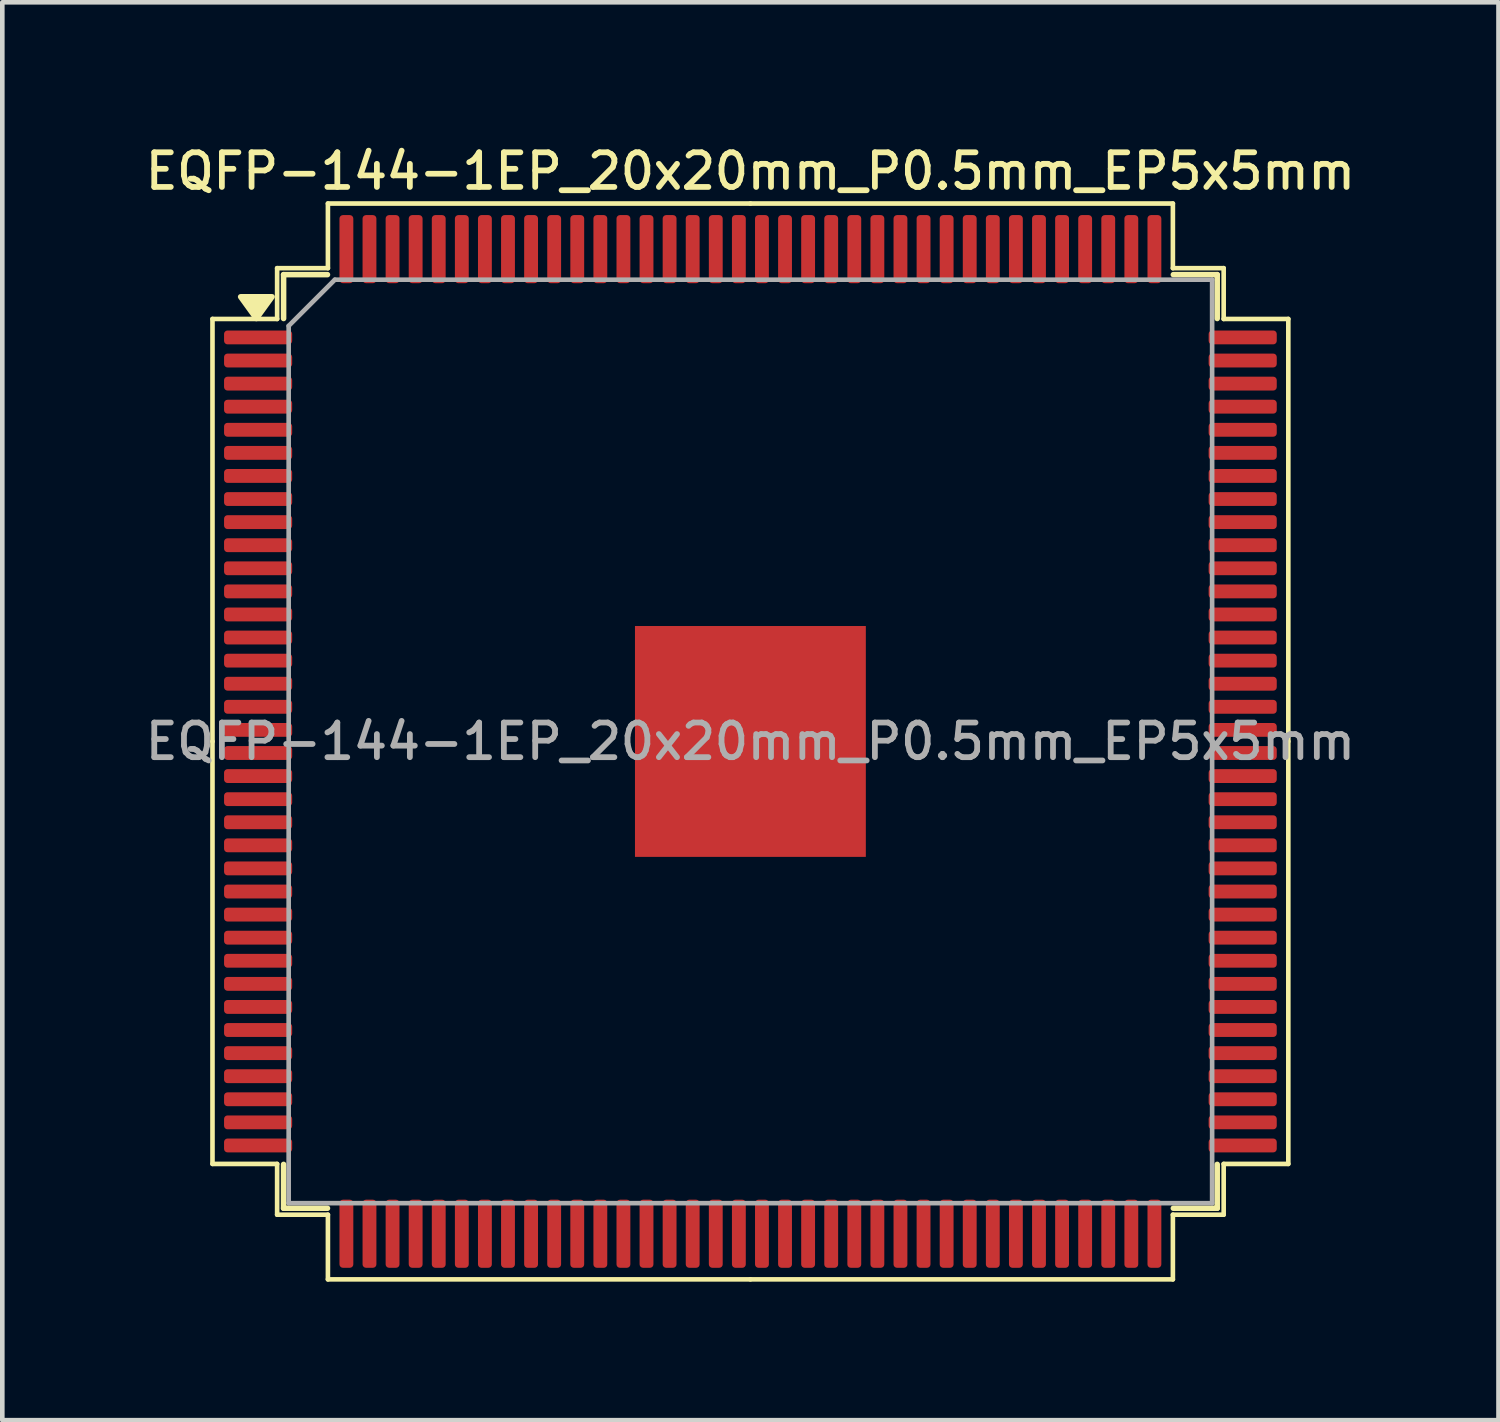
<source format=kicad_pcb>
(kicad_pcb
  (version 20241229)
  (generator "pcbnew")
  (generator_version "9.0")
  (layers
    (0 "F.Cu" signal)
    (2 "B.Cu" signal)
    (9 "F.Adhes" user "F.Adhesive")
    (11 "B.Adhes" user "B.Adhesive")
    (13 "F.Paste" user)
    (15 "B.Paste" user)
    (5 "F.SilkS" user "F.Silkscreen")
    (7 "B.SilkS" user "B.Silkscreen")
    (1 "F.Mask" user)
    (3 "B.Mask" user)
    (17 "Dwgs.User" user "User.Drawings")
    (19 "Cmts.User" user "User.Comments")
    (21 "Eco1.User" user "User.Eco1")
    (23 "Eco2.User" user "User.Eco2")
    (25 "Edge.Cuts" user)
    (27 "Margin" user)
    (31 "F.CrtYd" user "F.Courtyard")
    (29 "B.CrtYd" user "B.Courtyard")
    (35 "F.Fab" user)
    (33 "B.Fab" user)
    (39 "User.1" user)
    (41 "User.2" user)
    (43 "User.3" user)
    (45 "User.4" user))
  (footprint "EQFP-144-1EP_20x20mm_P0.5mm_EP5x5mm"
    (layer "F.Cu")
    (at 13.202 13.008)
    (property "Reference" "EQFP-144-1EP_20x20mm_P0.5mm_EP5x5mm" (at 0 -12.35 0) (layer "F.SilkS") (effects (font (size 0.75 0.75) (thickness 0.125))))
    (attr smd)
    (fp_line (start -11.65 -9.15) (end -11.65 0) (stroke (width 0.1) (type solid)) (layer "F.SilkS"))
    (fp_line (start -11.65 9.15) (end -11.65 0) (stroke (width 0.1) (type solid)) (layer "F.SilkS"))
    (fp_line (start -10.25 -10.25) (end -10.25 -9.15) (stroke (width 0.1) (type solid)) (layer "F.SilkS"))
    (fp_line (start -10.25 -9.15) (end -11.65 -9.15) (stroke (width 0.1) (type solid)) (layer "F.SilkS"))
    (fp_line (start -10.25 9.15) (end -11.65 9.15) (stroke (width 0.1) (type solid)) (layer "F.SilkS"))
    (fp_line (start -10.25 10.25) (end -10.25 9.15) (stroke (width 0.1) (type solid)) (layer "F.SilkS"))
    (fp_line (start -10.11 -10.11) (end -10.11 -9.16) (stroke (width 0.12) (type solid)) (layer "F.SilkS"))
    (fp_line (start -10.11 10.11) (end -10.11 9.16) (stroke (width 0.12) (type solid)) (layer "F.SilkS"))
    (fp_line (start -9.16 -10.11) (end -10.11 -10.11) (stroke (width 0.12) (type solid)) (layer "F.SilkS"))
    (fp_line (start -9.16 10.11) (end -10.11 10.11) (stroke (width 0.12) (type solid)) (layer "F.SilkS"))
    (fp_line (start -9.15 -11.65) (end -9.15 -10.25) (stroke (width 0.1) (type solid)) (layer "F.SilkS"))
    (fp_line (start -9.15 -10.25) (end -10.25 -10.25) (stroke (width 0.1) (type solid)) (layer "F.SilkS"))
    (fp_line (start -9.15 10.25) (end -10.25 10.25) (stroke (width 0.1) (type solid)) (layer "F.SilkS"))
    (fp_line (start -9.15 11.65) (end -9.15 10.25) (stroke (width 0.1) (type solid)) (layer "F.SilkS"))
    (fp_line (start 0 -11.65) (end -9.15 -11.65) (stroke (width 0.1) (type solid)) (layer "F.SilkS"))
    (fp_line (start 0 -11.65) (end 9.15 -11.65) (stroke (width 0.1) (type solid)) (layer "F.SilkS"))
    (fp_line (start 0 11.65) (end -9.15 11.65) (stroke (width 0.1) (type solid)) (layer "F.SilkS"))
    (fp_line (start 0 11.65) (end 9.15 11.65) (stroke (width 0.1) (type solid)) (layer "F.SilkS"))
    (fp_line (start 9.15 -11.65) (end 9.15 -10.25) (stroke (width 0.1) (type solid)) (layer "F.SilkS"))
    (fp_line (start 9.15 -10.25) (end 10.25 -10.25) (stroke (width 0.1) (type solid)) (layer "F.SilkS"))
    (fp_line (start 9.15 10.25) (end 10.25 10.25) (stroke (width 0.1) (type solid)) (layer "F.SilkS"))
    (fp_line (start 9.15 11.65) (end 9.15 10.25) (stroke (width 0.1) (type solid)) (layer "F.SilkS"))
    (fp_line (start 9.16 -10.11) (end 10.11 -10.11) (stroke (width 0.12) (type solid)) (layer "F.SilkS"))
    (fp_line (start 9.16 10.11) (end 10.11 10.11) (stroke (width 0.12) (type solid)) (layer "F.SilkS"))
    (fp_line (start 10.11 -10.11) (end 10.11 -9.16) (stroke (width 0.12) (type solid)) (layer "F.SilkS"))
    (fp_line (start 10.11 10.11) (end 10.11 9.16) (stroke (width 0.12) (type solid)) (layer "F.SilkS"))
    (fp_line (start 10.25 -10.25) (end 10.25 -9.15) (stroke (width 0.1) (type solid)) (layer "F.SilkS"))
    (fp_line (start 10.25 -9.15) (end 11.65 -9.15) (stroke (width 0.1) (type solid)) (layer "F.SilkS"))
    (fp_line (start 10.25 9.15) (end 11.65 9.15) (stroke (width 0.1) (type solid)) (layer "F.SilkS"))
    (fp_line (start 10.25 10.25) (end 10.25 9.15) (stroke (width 0.1) (type solid)) (layer "F.SilkS"))
    (fp_line (start 11.65 -9.15) (end 11.65 0) (stroke (width 0.1) (type solid)) (layer "F.SilkS"))
    (fp_line (start 11.65 9.15) (end 11.65 0) (stroke (width 0.1) (type solid)) (layer "F.SilkS"))
    (fp_poly (pts (xy -10.7 -9.16) (xy -11.04 -9.63) (xy -10.36 -9.63) (xy -10.7 -9.16)) (stroke (width 0.12) (type solid)) (fill yes) (layer "F.SilkS"))
    (fp_line (start -10 -9) (end -9 -10) (stroke (width 0.1) (type solid)) (layer "F.Fab"))
    (fp_line (start -10 10) (end -10 -9) (stroke (width 0.1) (type solid)) (layer "F.Fab"))
    (fp_line (start -9 -10) (end 10 -10) (stroke (width 0.1) (type solid)) (layer "F.Fab"))
    (fp_line (start 10 -10) (end 10 10) (stroke (width 0.1) (type solid)) (layer "F.Fab"))
    (fp_line (start 10 10) (end -10 10) (stroke (width 0.1) (type solid)) (layer "F.Fab"))
    (fp_text user "${REFERENCE}" (at 0 0 0) (layer "F.Fab") (effects (font (size 0.75 0.75) (thickness 0.125))))
    (pad "" smd roundrect (at -1.875 -1.875) (size 1.01 1.01) (layers "F.Paste") (roundrect_rratio 0.248))
    (pad "" smd roundrect (at -1.875 -0.625) (size 1.01 1.01) (layers "F.Paste") (roundrect_rratio 0.248))
    (pad "" smd roundrect (at -1.875 0.625) (size 1.01 1.01) (layers "F.Paste") (roundrect_rratio 0.248))
    (pad "" smd roundrect (at -1.875 1.875) (size 1.01 1.01) (layers "F.Paste") (roundrect_rratio 0.248))
    (pad "" smd roundrect (at -0.625 -1.875) (size 1.01 1.01) (layers "F.Paste") (roundrect_rratio 0.248))
    (pad "" smd roundrect (at -0.625 -0.625) (size 1.01 1.01) (layers "F.Paste") (roundrect_rratio 0.248))
    (pad "" smd roundrect (at -0.625 0.625) (size 1.01 1.01) (layers "F.Paste") (roundrect_rratio 0.248))
    (pad "" smd roundrect (at -0.625 1.875) (size 1.01 1.01) (layers "F.Paste") (roundrect_rratio 0.248))
    (pad "" smd roundrect (at 0.625 -1.875) (size 1.01 1.01) (layers "F.Paste") (roundrect_rratio 0.248))
    (pad "" smd roundrect (at 0.625 -0.625) (size 1.01 1.01) (layers "F.Paste") (roundrect_rratio 0.248))
    (pad "" smd roundrect (at 0.625 0.625) (size 1.01 1.01) (layers "F.Paste") (roundrect_rratio 0.248))
    (pad "" smd roundrect (at 0.625 1.875) (size 1.01 1.01) (layers "F.Paste") (roundrect_rratio 0.248))
    (pad "" smd roundrect (at 1.875 -1.875) (size 1.01 1.01) (layers "F.Paste") (roundrect_rratio 0.248))
    (pad "" smd roundrect (at 1.875 -0.625) (size 1.01 1.01) (layers "F.Paste") (roundrect_rratio 0.248))
    (pad "" smd roundrect (at 1.875 0.625) (size 1.01 1.01) (layers "F.Paste") (roundrect_rratio 0.248))
    (pad "" smd roundrect (at 1.875 1.875) (size 1.01 1.01) (layers "F.Paste") (roundrect_rratio 0.248))
    (pad "1" smd roundrect (at -10.662 -8.75) (size 1.475 0.3) (layers "F.Cu" "F.Mask" "F.Paste") (roundrect_rratio 0.25))
    (pad "2" smd roundrect (at -10.662 -8.25) (size 1.475 0.3) (layers "F.Cu" "F.Mask" "F.Paste") (roundrect_rratio 0.25))
    (pad "3" smd roundrect (at -10.662 -7.75) (size 1.475 0.3) (layers "F.Cu" "F.Mask" "F.Paste") (roundrect_rratio 0.25))
    (pad "4" smd roundrect (at -10.662 -7.25) (size 1.475 0.3) (layers "F.Cu" "F.Mask" "F.Paste") (roundrect_rratio 0.25))
    (pad "5" smd roundrect (at -10.662 -6.75) (size 1.475 0.3) (layers "F.Cu" "F.Mask" "F.Paste") (roundrect_rratio 0.25))
    (pad "6" smd roundrect (at -10.662 -6.25) (size 1.475 0.3) (layers "F.Cu" "F.Mask" "F.Paste") (roundrect_rratio 0.25))
    (pad "7" smd roundrect (at -10.662 -5.75) (size 1.475 0.3) (layers "F.Cu" "F.Mask" "F.Paste") (roundrect_rratio 0.25))
    (pad "8" smd roundrect (at -10.662 -5.25) (size 1.475 0.3) (layers "F.Cu" "F.Mask" "F.Paste") (roundrect_rratio 0.25))
    (pad "9" smd roundrect (at -10.662 -4.75) (size 1.475 0.3) (layers "F.Cu" "F.Mask" "F.Paste") (roundrect_rratio 0.25))
    (pad "10" smd roundrect (at -10.662 -4.25) (size 1.475 0.3) (layers "F.Cu" "F.Mask" "F.Paste") (roundrect_rratio 0.25))
    (pad "11" smd roundrect (at -10.662 -3.75) (size 1.475 0.3) (layers "F.Cu" "F.Mask" "F.Paste") (roundrect_rratio 0.25))
    (pad "12" smd roundrect (at -10.662 -3.25) (size 1.475 0.3) (layers "F.Cu" "F.Mask" "F.Paste") (roundrect_rratio 0.25))
    (pad "13" smd roundrect (at -10.662 -2.75) (size 1.475 0.3) (layers "F.Cu" "F.Mask" "F.Paste") (roundrect_rratio 0.25))
    (pad "14" smd roundrect (at -10.662 -2.25) (size 1.475 0.3) (layers "F.Cu" "F.Mask" "F.Paste") (roundrect_rratio 0.25))
    (pad "15" smd roundrect (at -10.662 -1.75) (size 1.475 0.3) (layers "F.Cu" "F.Mask" "F.Paste") (roundrect_rratio 0.25))
    (pad "16" smd roundrect (at -10.662 -1.25) (size 1.475 0.3) (layers "F.Cu" "F.Mask" "F.Paste") (roundrect_rratio 0.25))
    (pad "17" smd roundrect (at -10.662 -0.75) (size 1.475 0.3) (layers "F.Cu" "F.Mask" "F.Paste") (roundrect_rratio 0.25))
    (pad "18" smd roundrect (at -10.662 -0.25) (size 1.475 0.3) (layers "F.Cu" "F.Mask" "F.Paste") (roundrect_rratio 0.25))
    (pad "19" smd roundrect (at -10.662 0.25) (size 1.475 0.3) (layers "F.Cu" "F.Mask" "F.Paste") (roundrect_rratio 0.25))
    (pad "20" smd roundrect (at -10.662 0.75) (size 1.475 0.3) (layers "F.Cu" "F.Mask" "F.Paste") (roundrect_rratio 0.25))
    (pad "21" smd roundrect (at -10.662 1.25) (size 1.475 0.3) (layers "F.Cu" "F.Mask" "F.Paste") (roundrect_rratio 0.25))
    (pad "22" smd roundrect (at -10.662 1.75) (size 1.475 0.3) (layers "F.Cu" "F.Mask" "F.Paste") (roundrect_rratio 0.25))
    (pad "23" smd roundrect (at -10.662 2.25) (size 1.475 0.3) (layers "F.Cu" "F.Mask" "F.Paste") (roundrect_rratio 0.25))
    (pad "24" smd roundrect (at -10.662 2.75) (size 1.475 0.3) (layers "F.Cu" "F.Mask" "F.Paste") (roundrect_rratio 0.25))
    (pad "25" smd roundrect (at -10.662 3.25) (size 1.475 0.3) (layers "F.Cu" "F.Mask" "F.Paste") (roundrect_rratio 0.25))
    (pad "26" smd roundrect (at -10.662 3.75) (size 1.475 0.3) (layers "F.Cu" "F.Mask" "F.Paste") (roundrect_rratio 0.25))
    (pad "27" smd roundrect (at -10.662 4.25) (size 1.475 0.3) (layers "F.Cu" "F.Mask" "F.Paste") (roundrect_rratio 0.25))
    (pad "28" smd roundrect (at -10.662 4.75) (size 1.475 0.3) (layers "F.Cu" "F.Mask" "F.Paste") (roundrect_rratio 0.25))
    (pad "29" smd roundrect (at -10.662 5.25) (size 1.475 0.3) (layers "F.Cu" "F.Mask" "F.Paste") (roundrect_rratio 0.25))
    (pad "30" smd roundrect (at -10.662 5.75) (size 1.475 0.3) (layers "F.Cu" "F.Mask" "F.Paste") (roundrect_rratio 0.25))
    (pad "31" smd roundrect (at -10.662 6.25) (size 1.475 0.3) (layers "F.Cu" "F.Mask" "F.Paste") (roundrect_rratio 0.25))
    (pad "32" smd roundrect (at -10.662 6.75) (size 1.475 0.3) (layers "F.Cu" "F.Mask" "F.Paste") (roundrect_rratio 0.25))
    (pad "33" smd roundrect (at -10.662 7.25) (size 1.475 0.3) (layers "F.Cu" "F.Mask" "F.Paste") (roundrect_rratio 0.25))
    (pad "34" smd roundrect (at -10.662 7.75) (size 1.475 0.3) (layers "F.Cu" "F.Mask" "F.Paste") (roundrect_rratio 0.25))
    (pad "35" smd roundrect (at -10.662 8.25) (size 1.475 0.3) (layers "F.Cu" "F.Mask" "F.Paste") (roundrect_rratio 0.25))
    (pad "36" smd roundrect (at -10.662 8.75) (size 1.475 0.3) (layers "F.Cu" "F.Mask" "F.Paste") (roundrect_rratio 0.25))
    (pad "37" smd roundrect (at -8.75 10.662) (size 0.3 1.475) (layers "F.Cu" "F.Mask" "F.Paste") (roundrect_rratio 0.25))
    (pad "38" smd roundrect (at -8.25 10.662) (size 0.3 1.475) (layers "F.Cu" "F.Mask" "F.Paste") (roundrect_rratio 0.25))
    (pad "39" smd roundrect (at -7.75 10.662) (size 0.3 1.475) (layers "F.Cu" "F.Mask" "F.Paste") (roundrect_rratio 0.25))
    (pad "40" smd roundrect (at -7.25 10.662) (size 0.3 1.475) (layers "F.Cu" "F.Mask" "F.Paste") (roundrect_rratio 0.25))
    (pad "41" smd roundrect (at -6.75 10.662) (size 0.3 1.475) (layers "F.Cu" "F.Mask" "F.Paste") (roundrect_rratio 0.25))
    (pad "42" smd roundrect (at -6.25 10.662) (size 0.3 1.475) (layers "F.Cu" "F.Mask" "F.Paste") (roundrect_rratio 0.25))
    (pad "43" smd roundrect (at -5.75 10.662) (size 0.3 1.475) (layers "F.Cu" "F.Mask" "F.Paste") (roundrect_rratio 0.25))
    (pad "44" smd roundrect (at -5.25 10.662) (size 0.3 1.475) (layers "F.Cu" "F.Mask" "F.Paste") (roundrect_rratio 0.25))
    (pad "45" smd roundrect (at -4.75 10.662) (size 0.3 1.475) (layers "F.Cu" "F.Mask" "F.Paste") (roundrect_rratio 0.25))
    (pad "46" smd roundrect (at -4.25 10.662) (size 0.3 1.475) (layers "F.Cu" "F.Mask" "F.Paste") (roundrect_rratio 0.25))
    (pad "47" smd roundrect (at -3.75 10.662) (size 0.3 1.475) (layers "F.Cu" "F.Mask" "F.Paste") (roundrect_rratio 0.25))
    (pad "48" smd roundrect (at -3.25 10.662) (size 0.3 1.475) (layers "F.Cu" "F.Mask" "F.Paste") (roundrect_rratio 0.25))
    (pad "49" smd roundrect (at -2.75 10.662) (size 0.3 1.475) (layers "F.Cu" "F.Mask" "F.Paste") (roundrect_rratio 0.25))
    (pad "50" smd roundrect (at -2.25 10.662) (size 0.3 1.475) (layers "F.Cu" "F.Mask" "F.Paste") (roundrect_rratio 0.25))
    (pad "51" smd roundrect (at -1.75 10.662) (size 0.3 1.475) (layers "F.Cu" "F.Mask" "F.Paste") (roundrect_rratio 0.25))
    (pad "52" smd roundrect (at -1.25 10.662) (size 0.3 1.475) (layers "F.Cu" "F.Mask" "F.Paste") (roundrect_rratio 0.25))
    (pad "53" smd roundrect (at -0.75 10.662) (size 0.3 1.475) (layers "F.Cu" "F.Mask" "F.Paste") (roundrect_rratio 0.25))
    (pad "54" smd roundrect (at -0.25 10.662) (size 0.3 1.475) (layers "F.Cu" "F.Mask" "F.Paste") (roundrect_rratio 0.25))
    (pad "55" smd roundrect (at 0.25 10.662) (size 0.3 1.475) (layers "F.Cu" "F.Mask" "F.Paste") (roundrect_rratio 0.25))
    (pad "56" smd roundrect (at 0.75 10.662) (size 0.3 1.475) (layers "F.Cu" "F.Mask" "F.Paste") (roundrect_rratio 0.25))
    (pad "57" smd roundrect (at 1.25 10.662) (size 0.3 1.475) (layers "F.Cu" "F.Mask" "F.Paste") (roundrect_rratio 0.25))
    (pad "58" smd roundrect (at 1.75 10.662) (size 0.3 1.475) (layers "F.Cu" "F.Mask" "F.Paste") (roundrect_rratio 0.25))
    (pad "59" smd roundrect (at 2.25 10.662) (size 0.3 1.475) (layers "F.Cu" "F.Mask" "F.Paste") (roundrect_rratio 0.25))
    (pad "60" smd roundrect (at 2.75 10.662) (size 0.3 1.475) (layers "F.Cu" "F.Mask" "F.Paste") (roundrect_rratio 0.25))
    (pad "61" smd roundrect (at 3.25 10.662) (size 0.3 1.475) (layers "F.Cu" "F.Mask" "F.Paste") (roundrect_rratio 0.25))
    (pad "62" smd roundrect (at 3.75 10.662) (size 0.3 1.475) (layers "F.Cu" "F.Mask" "F.Paste") (roundrect_rratio 0.25))
    (pad "63" smd roundrect (at 4.25 10.662) (size 0.3 1.475) (layers "F.Cu" "F.Mask" "F.Paste") (roundrect_rratio 0.25))
    (pad "64" smd roundrect (at 4.75 10.662) (size 0.3 1.475) (layers "F.Cu" "F.Mask" "F.Paste") (roundrect_rratio 0.25))
    (pad "65" smd roundrect (at 5.25 10.662) (size 0.3 1.475) (layers "F.Cu" "F.Mask" "F.Paste") (roundrect_rratio 0.25))
    (pad "66" smd roundrect (at 5.75 10.662) (size 0.3 1.475) (layers "F.Cu" "F.Mask" "F.Paste") (roundrect_rratio 0.25))
    (pad "67" smd roundrect (at 6.25 10.662) (size 0.3 1.475) (layers "F.Cu" "F.Mask" "F.Paste") (roundrect_rratio 0.25))
    (pad "68" smd roundrect (at 6.75 10.662) (size 0.3 1.475) (layers "F.Cu" "F.Mask" "F.Paste") (roundrect_rratio 0.25))
    (pad "69" smd roundrect (at 7.25 10.662) (size 0.3 1.475) (layers "F.Cu" "F.Mask" "F.Paste") (roundrect_rratio 0.25))
    (pad "70" smd roundrect (at 7.75 10.662) (size 0.3 1.475) (layers "F.Cu" "F.Mask" "F.Paste") (roundrect_rratio 0.25))
    (pad "71" smd roundrect (at 8.25 10.662) (size 0.3 1.475) (layers "F.Cu" "F.Mask" "F.Paste") (roundrect_rratio 0.25))
    (pad "72" smd roundrect (at 8.75 10.662) (size 0.3 1.475) (layers "F.Cu" "F.Mask" "F.Paste") (roundrect_rratio 0.25))
    (pad "73" smd roundrect (at 10.662 8.75) (size 1.475 0.3) (layers "F.Cu" "F.Mask" "F.Paste") (roundrect_rratio 0.25))
    (pad "74" smd roundrect (at 10.662 8.25) (size 1.475 0.3) (layers "F.Cu" "F.Mask" "F.Paste") (roundrect_rratio 0.25))
    (pad "75" smd roundrect (at 10.662 7.75) (size 1.475 0.3) (layers "F.Cu" "F.Mask" "F.Paste") (roundrect_rratio 0.25))
    (pad "76" smd roundrect (at 10.662 7.25) (size 1.475 0.3) (layers "F.Cu" "F.Mask" "F.Paste") (roundrect_rratio 0.25))
    (pad "77" smd roundrect (at 10.662 6.75) (size 1.475 0.3) (layers "F.Cu" "F.Mask" "F.Paste") (roundrect_rratio 0.25))
    (pad "78" smd roundrect (at 10.662 6.25) (size 1.475 0.3) (layers "F.Cu" "F.Mask" "F.Paste") (roundrect_rratio 0.25))
    (pad "79" smd roundrect (at 10.662 5.75) (size 1.475 0.3) (layers "F.Cu" "F.Mask" "F.Paste") (roundrect_rratio 0.25))
    (pad "80" smd roundrect (at 10.662 5.25) (size 1.475 0.3) (layers "F.Cu" "F.Mask" "F.Paste") (roundrect_rratio 0.25))
    (pad "81" smd roundrect (at 10.662 4.75) (size 1.475 0.3) (layers "F.Cu" "F.Mask" "F.Paste") (roundrect_rratio 0.25))
    (pad "82" smd roundrect (at 10.662 4.25) (size 1.475 0.3) (layers "F.Cu" "F.Mask" "F.Paste") (roundrect_rratio 0.25))
    (pad "83" smd roundrect (at 10.662 3.75) (size 1.475 0.3) (layers "F.Cu" "F.Mask" "F.Paste") (roundrect_rratio 0.25))
    (pad "84" smd roundrect (at 10.662 3.25) (size 1.475 0.3) (layers "F.Cu" "F.Mask" "F.Paste") (roundrect_rratio 0.25))
    (pad "85" smd roundrect (at 10.662 2.75) (size 1.475 0.3) (layers "F.Cu" "F.Mask" "F.Paste") (roundrect_rratio 0.25))
    (pad "86" smd roundrect (at 10.662 2.25) (size 1.475 0.3) (layers "F.Cu" "F.Mask" "F.Paste") (roundrect_rratio 0.25))
    (pad "87" smd roundrect (at 10.662 1.75) (size 1.475 0.3) (layers "F.Cu" "F.Mask" "F.Paste") (roundrect_rratio 0.25))
    (pad "88" smd roundrect (at 10.662 1.25) (size 1.475 0.3) (layers "F.Cu" "F.Mask" "F.Paste") (roundrect_rratio 0.25))
    (pad "89" smd roundrect (at 10.662 0.75) (size 1.475 0.3) (layers "F.Cu" "F.Mask" "F.Paste") (roundrect_rratio 0.25))
    (pad "90" smd roundrect (at 10.662 0.25) (size 1.475 0.3) (layers "F.Cu" "F.Mask" "F.Paste") (roundrect_rratio 0.25))
    (pad "91" smd roundrect (at 10.662 -0.25) (size 1.475 0.3) (layers "F.Cu" "F.Mask" "F.Paste") (roundrect_rratio 0.25))
    (pad "92" smd roundrect (at 10.662 -0.75) (size 1.475 0.3) (layers "F.Cu" "F.Mask" "F.Paste") (roundrect_rratio 0.25))
    (pad "93" smd roundrect (at 10.662 -1.25) (size 1.475 0.3) (layers "F.Cu" "F.Mask" "F.Paste") (roundrect_rratio 0.25))
    (pad "94" smd roundrect (at 10.662 -1.75) (size 1.475 0.3) (layers "F.Cu" "F.Mask" "F.Paste") (roundrect_rratio 0.25))
    (pad "95" smd roundrect (at 10.662 -2.25) (size 1.475 0.3) (layers "F.Cu" "F.Mask" "F.Paste") (roundrect_rratio 0.25))
    (pad "96" smd roundrect (at 10.662 -2.75) (size 1.475 0.3) (layers "F.Cu" "F.Mask" "F.Paste") (roundrect_rratio 0.25))
    (pad "97" smd roundrect (at 10.662 -3.25) (size 1.475 0.3) (layers "F.Cu" "F.Mask" "F.Paste") (roundrect_rratio 0.25))
    (pad "98" smd roundrect (at 10.662 -3.75) (size 1.475 0.3) (layers "F.Cu" "F.Mask" "F.Paste") (roundrect_rratio 0.25))
    (pad "99" smd roundrect (at 10.662 -4.25) (size 1.475 0.3) (layers "F.Cu" "F.Mask" "F.Paste") (roundrect_rratio 0.25))
    (pad "100" smd roundrect (at 10.662 -4.75) (size 1.475 0.3) (layers "F.Cu" "F.Mask" "F.Paste") (roundrect_rratio 0.25))
    (pad "101" smd roundrect (at 10.662 -5.25) (size 1.475 0.3) (layers "F.Cu" "F.Mask" "F.Paste") (roundrect_rratio 0.25))
    (pad "102" smd roundrect (at 10.662 -5.75) (size 1.475 0.3) (layers "F.Cu" "F.Mask" "F.Paste") (roundrect_rratio 0.25))
    (pad "103" smd roundrect (at 10.662 -6.25) (size 1.475 0.3) (layers "F.Cu" "F.Mask" "F.Paste") (roundrect_rratio 0.25))
    (pad "104" smd roundrect (at 10.662 -6.75) (size 1.475 0.3) (layers "F.Cu" "F.Mask" "F.Paste") (roundrect_rratio 0.25))
    (pad "105" smd roundrect (at 10.662 -7.25) (size 1.475 0.3) (layers "F.Cu" "F.Mask" "F.Paste") (roundrect_rratio 0.25))
    (pad "106" smd roundrect (at 10.662 -7.75) (size 1.475 0.3) (layers "F.Cu" "F.Mask" "F.Paste") (roundrect_rratio 0.25))
    (pad "107" smd roundrect (at 10.662 -8.25) (size 1.475 0.3) (layers "F.Cu" "F.Mask" "F.Paste") (roundrect_rratio 0.25))
    (pad "108" smd roundrect (at 10.662 -8.75) (size 1.475 0.3) (layers "F.Cu" "F.Mask" "F.Paste") (roundrect_rratio 0.25))
    (pad "109" smd roundrect (at 8.75 -10.662) (size 0.3 1.475) (layers "F.Cu" "F.Mask" "F.Paste") (roundrect_rratio 0.25))
    (pad "110" smd roundrect (at 8.25 -10.662) (size 0.3 1.475) (layers "F.Cu" "F.Mask" "F.Paste") (roundrect_rratio 0.25))
    (pad "111" smd roundrect (at 7.75 -10.662) (size 0.3 1.475) (layers "F.Cu" "F.Mask" "F.Paste") (roundrect_rratio 0.25))
    (pad "112" smd roundrect (at 7.25 -10.662) (size 0.3 1.475) (layers "F.Cu" "F.Mask" "F.Paste") (roundrect_rratio 0.25))
    (pad "113" smd roundrect (at 6.75 -10.662) (size 0.3 1.475) (layers "F.Cu" "F.Mask" "F.Paste") (roundrect_rratio 0.25))
    (pad "114" smd roundrect (at 6.25 -10.662) (size 0.3 1.475) (layers "F.Cu" "F.Mask" "F.Paste") (roundrect_rratio 0.25))
    (pad "115" smd roundrect (at 5.75 -10.662) (size 0.3 1.475) (layers "F.Cu" "F.Mask" "F.Paste") (roundrect_rratio 0.25))
    (pad "116" smd roundrect (at 5.25 -10.662) (size 0.3 1.475) (layers "F.Cu" "F.Mask" "F.Paste") (roundrect_rratio 0.25))
    (pad "117" smd roundrect (at 4.75 -10.662) (size 0.3 1.475) (layers "F.Cu" "F.Mask" "F.Paste") (roundrect_rratio 0.25))
    (pad "118" smd roundrect (at 4.25 -10.662) (size 0.3 1.475) (layers "F.Cu" "F.Mask" "F.Paste") (roundrect_rratio 0.25))
    (pad "119" smd roundrect (at 3.75 -10.662) (size 0.3 1.475) (layers "F.Cu" "F.Mask" "F.Paste") (roundrect_rratio 0.25))
    (pad "120" smd roundrect (at 3.25 -10.662) (size 0.3 1.475) (layers "F.Cu" "F.Mask" "F.Paste") (roundrect_rratio 0.25))
    (pad "121" smd roundrect (at 2.75 -10.662) (size 0.3 1.475) (layers "F.Cu" "F.Mask" "F.Paste") (roundrect_rratio 0.25))
    (pad "122" smd roundrect (at 2.25 -10.662) (size 0.3 1.475) (layers "F.Cu" "F.Mask" "F.Paste") (roundrect_rratio 0.25))
    (pad "123" smd roundrect (at 1.75 -10.662) (size 0.3 1.475) (layers "F.Cu" "F.Mask" "F.Paste") (roundrect_rratio 0.25))
    (pad "124" smd roundrect (at 1.25 -10.662) (size 0.3 1.475) (layers "F.Cu" "F.Mask" "F.Paste") (roundrect_rratio 0.25))
    (pad "125" smd roundrect (at 0.75 -10.662) (size 0.3 1.475) (layers "F.Cu" "F.Mask" "F.Paste") (roundrect_rratio 0.25))
    (pad "126" smd roundrect (at 0.25 -10.662) (size 0.3 1.475) (layers "F.Cu" "F.Mask" "F.Paste") (roundrect_rratio 0.25))
    (pad "127" smd roundrect (at -0.25 -10.662) (size 0.3 1.475) (layers "F.Cu" "F.Mask" "F.Paste") (roundrect_rratio 0.25))
    (pad "128" smd roundrect (at -0.75 -10.662) (size 0.3 1.475) (layers "F.Cu" "F.Mask" "F.Paste") (roundrect_rratio 0.25))
    (pad "129" smd roundrect (at -1.25 -10.662) (size 0.3 1.475) (layers "F.Cu" "F.Mask" "F.Paste") (roundrect_rratio 0.25))
    (pad "130" smd roundrect (at -1.75 -10.662) (size 0.3 1.475) (layers "F.Cu" "F.Mask" "F.Paste") (roundrect_rratio 0.25))
    (pad "131" smd roundrect (at -2.25 -10.662) (size 0.3 1.475) (layers "F.Cu" "F.Mask" "F.Paste") (roundrect_rratio 0.25))
    (pad "132" smd roundrect (at -2.75 -10.662) (size 0.3 1.475) (layers "F.Cu" "F.Mask" "F.Paste") (roundrect_rratio 0.25))
    (pad "133" smd roundrect (at -3.25 -10.662) (size 0.3 1.475) (layers "F.Cu" "F.Mask" "F.Paste") (roundrect_rratio 0.25))
    (pad "134" smd roundrect (at -3.75 -10.662) (size 0.3 1.475) (layers "F.Cu" "F.Mask" "F.Paste") (roundrect_rratio 0.25))
    (pad "135" smd roundrect (at -4.25 -10.662) (size 0.3 1.475) (layers "F.Cu" "F.Mask" "F.Paste") (roundrect_rratio 0.25))
    (pad "136" smd roundrect (at -4.75 -10.662) (size 0.3 1.475) (layers "F.Cu" "F.Mask" "F.Paste") (roundrect_rratio 0.25))
    (pad "137" smd roundrect (at -5.25 -10.662) (size 0.3 1.475) (layers "F.Cu" "F.Mask" "F.Paste") (roundrect_rratio 0.25))
    (pad "138" smd roundrect (at -5.75 -10.662) (size 0.3 1.475) (layers "F.Cu" "F.Mask" "F.Paste") (roundrect_rratio 0.25))
    (pad "139" smd roundrect (at -6.25 -10.662) (size 0.3 1.475) (layers "F.Cu" "F.Mask" "F.Paste") (roundrect_rratio 0.25))
    (pad "140" smd roundrect (at -6.75 -10.662) (size 0.3 1.475) (layers "F.Cu" "F.Mask" "F.Paste") (roundrect_rratio 0.25))
    (pad "141" smd roundrect (at -7.25 -10.662) (size 0.3 1.475) (layers "F.Cu" "F.Mask" "F.Paste") (roundrect_rratio 0.25))
    (pad "142" smd roundrect (at -7.75 -10.662) (size 0.3 1.475) (layers "F.Cu" "F.Mask" "F.Paste") (roundrect_rratio 0.25))
    (pad "143" smd roundrect (at -8.25 -10.662) (size 0.3 1.475) (layers "F.Cu" "F.Mask" "F.Paste") (roundrect_rratio 0.25))
    (pad "144" smd roundrect (at -8.75 -10.662) (size 0.3 1.475) (layers "F.Cu" "F.Mask" "F.Paste") (roundrect_rratio 0.25))
    (pad "145" smd rect (at 0 0) (size 5 5) (property pad_prop_heatsink) (layers "F.Cu" "F.Mask")))
  (gr_rect
    (start -3 -3)
    (end 29.404 27.708)
    (stroke (width 0.1) (type default))
    (fill no)
    (layer "Edge.Cuts")))
</source>
